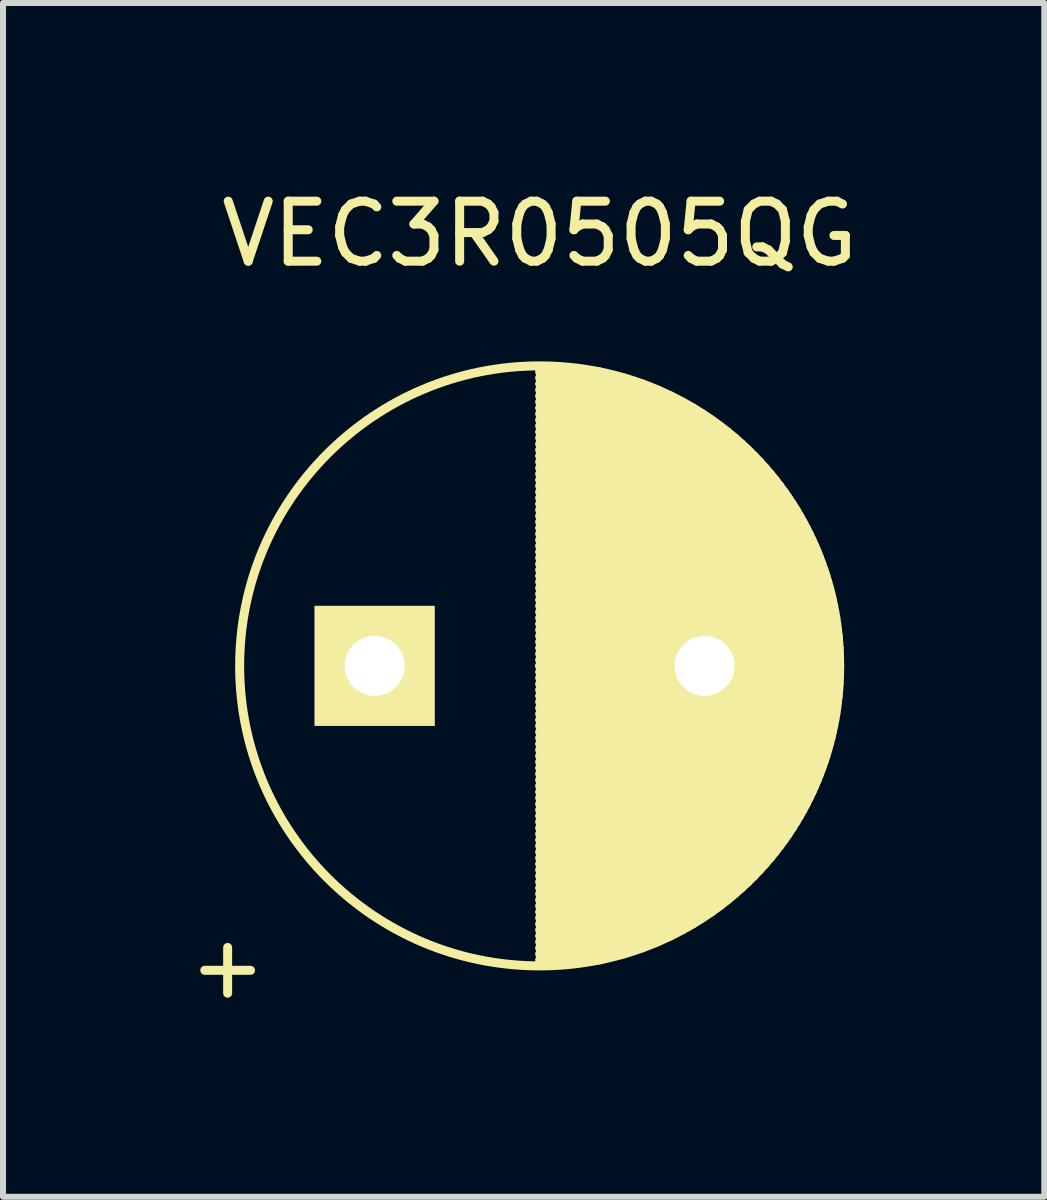
<source format=kicad_pcb>
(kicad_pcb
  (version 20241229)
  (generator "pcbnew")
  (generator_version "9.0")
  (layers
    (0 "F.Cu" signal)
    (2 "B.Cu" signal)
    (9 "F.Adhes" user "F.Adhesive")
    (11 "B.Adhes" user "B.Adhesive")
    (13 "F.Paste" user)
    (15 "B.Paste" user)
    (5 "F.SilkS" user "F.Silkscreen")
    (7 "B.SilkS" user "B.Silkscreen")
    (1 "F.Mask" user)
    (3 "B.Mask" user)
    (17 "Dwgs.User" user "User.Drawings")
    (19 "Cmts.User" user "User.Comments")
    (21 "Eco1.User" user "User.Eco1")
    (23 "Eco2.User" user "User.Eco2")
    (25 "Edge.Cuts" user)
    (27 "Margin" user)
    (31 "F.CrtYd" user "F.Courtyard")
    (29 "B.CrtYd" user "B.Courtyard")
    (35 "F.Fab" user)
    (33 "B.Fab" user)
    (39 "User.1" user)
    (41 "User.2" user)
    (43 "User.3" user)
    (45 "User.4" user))
  (footprint "VEC3R0505QG"
    (layer "F.Cu")
    (at 3.194 8.048)
    (property "Reference" "VEC3R0505QG" (at 2.75 -7.2 0) (layer "F.SilkS") (effects (font (size 1 1) (thickness 0.15))))
    (attr through_hole)
    (fp_line (start 2.75 -4.9) (end 3.745 -4.9) (stroke (width 0.15) (type solid)) (layer "F.SilkS"))
    (fp_line (start 2.75 -4.8) (end 4.15 -4.8) (stroke (width 0.15) (type solid)) (layer "F.SilkS"))
    (fp_line (start 2.75 -4.7) (end 4.456 -4.7) (stroke (width 0.15) (type solid)) (layer "F.SilkS"))
    (fp_line (start 2.75 -4.6) (end 4.71 -4.6) (stroke (width 0.15) (type solid)) (layer "F.SilkS"))
    (fp_line (start 2.75 -4.5) (end 4.929 -4.5) (stroke (width 0.15) (type solid)) (layer "F.SilkS"))
    (fp_line (start 2.75 -4.4) (end 5.125 -4.4) (stroke (width 0.15) (type solid)) (layer "F.SilkS"))
    (fp_line (start 2.75 -4.3) (end 5.301 -4.3) (stroke (width 0.15) (type solid)) (layer "F.SilkS"))
    (fp_line (start 2.75 -4.2) (end 5.463 -4.2) (stroke (width 0.15) (type solid)) (layer "F.SilkS"))
    (fp_line (start 2.75 -4.1) (end 5.612 -4.1) (stroke (width 0.15) (type solid)) (layer "F.SilkS"))
    (fp_line (start 2.75 -4) (end 5.75 -4) (stroke (width 0.15) (type solid)) (layer "F.SilkS"))
    (fp_line (start 2.75 -3.9) (end 5.879 -3.9) (stroke (width 0.15) (type solid)) (layer "F.SilkS"))
    (fp_line (start 2.75 -3.8) (end 6 -3.8) (stroke (width 0.15) (type solid)) (layer "F.SilkS"))
    (fp_line (start 2.75 -3.7) (end 6.113 -3.7) (stroke (width 0.15) (type solid)) (layer "F.SilkS"))
    (fp_line (start 2.75 -3.6) (end 6.22 -3.6) (stroke (width 0.15) (type solid)) (layer "F.SilkS"))
    (fp_line (start 2.75 -3.5) (end 6.321 -3.5) (stroke (width 0.15) (type solid)) (layer "F.SilkS"))
    (fp_line (start 2.75 -3.4) (end 6.416 -3.4) (stroke (width 0.15) (type solid)) (layer "F.SilkS"))
    (fp_line (start 2.75 -3.3) (end 6.506 -3.3) (stroke (width 0.15) (type solid)) (layer "F.SilkS"))
    (fp_line (start 2.75 -3.2) (end 6.592 -3.2) (stroke (width 0.15) (type solid)) (layer "F.SilkS"))
    (fp_line (start 2.75 -3.1) (end 6.673 -3.1) (stroke (width 0.15) (type solid)) (layer "F.SilkS"))
    (fp_line (start 2.75 -3) (end 6.75 -3) (stroke (width 0.15) (type solid)) (layer "F.SilkS"))
    (fp_line (start 2.75 -2.9) (end 6.823 -2.9) (stroke (width 0.15) (type solid)) (layer "F.SilkS"))
    (fp_line (start 2.75 -2.8) (end 6.892 -2.8) (stroke (width 0.15) (type solid)) (layer "F.SilkS"))
    (fp_line (start 2.75 -2.7) (end 6.958 -2.7) (stroke (width 0.15) (type solid)) (layer "F.SilkS"))
    (fp_line (start 2.75 -2.6) (end 7.021 -2.6) (stroke (width 0.15) (type solid)) (layer "F.SilkS"))
    (fp_line (start 2.75 -2.5) (end 7.08 -2.5) (stroke (width 0.15) (type solid)) (layer "F.SilkS"))
    (fp_line (start 2.75 -2.4) (end 7.136 -2.4) (stroke (width 0.15) (type solid)) (layer "F.SilkS"))
    (fp_line (start 2.75 -2.3) (end 7.19 -2.3) (stroke (width 0.15) (type solid)) (layer "F.SilkS"))
    (fp_line (start 2.75 -2.2) (end 7.24 -2.2) (stroke (width 0.15) (type solid)) (layer "F.SilkS"))
    (fp_line (start 2.75 -2.1) (end 7.288 -2.1) (stroke (width 0.15) (type solid)) (layer "F.SilkS"))
    (fp_line (start 2.75 -2) (end 7.333 -2) (stroke (width 0.15) (type solid)) (layer "F.SilkS"))
    (fp_line (start 2.75 -1.9) (end 7.375 -1.9) (stroke (width 0.15) (type solid)) (layer "F.SilkS"))
    (fp_line (start 2.75 -1.8) (end 7.415 -1.8) (stroke (width 0.15) (type solid)) (layer "F.SilkS"))
    (fp_line (start 2.75 -1.7) (end 7.452 -1.7) (stroke (width 0.15) (type solid)) (layer "F.SilkS"))
    (fp_line (start 2.75 -1.6) (end 7.487 -1.6) (stroke (width 0.15) (type solid)) (layer "F.SilkS"))
    (fp_line (start 2.75 -1.5) (end 7.52 -1.5) (stroke (width 0.15) (type solid)) (layer "F.SilkS"))
    (fp_line (start 2.75 -1.4) (end 7.55 -1.4) (stroke (width 0.15) (type solid)) (layer "F.SilkS"))
    (fp_line (start 2.75 -1.3) (end 7.578 -1.3) (stroke (width 0.15) (type solid)) (layer "F.SilkS"))
    (fp_line (start 2.75 -1.2) (end 7.604 -1.2) (stroke (width 0.15) (type solid)) (layer "F.SilkS"))
    (fp_line (start 2.75 -1.1) (end 7.627 -1.1) (stroke (width 0.15) (type solid)) (layer "F.SilkS"))
    (fp_line (start 2.75 -1) (end 7.649 -1) (stroke (width 0.15) (type solid)) (layer "F.SilkS"))
    (fp_line (start 2.75 -0.9) (end 7.668 -0.9) (stroke (width 0.15) (type solid)) (layer "F.SilkS"))
    (fp_line (start 2.75 -0.8) (end 7.686 -0.8) (stroke (width 0.15) (type solid)) (layer "F.SilkS"))
    (fp_line (start 2.75 -0.7) (end 7.701 -0.7) (stroke (width 0.15) (type solid)) (layer "F.SilkS"))
    (fp_line (start 2.75 -0.6) (end 7.714 -0.6) (stroke (width 0.15) (type solid)) (layer "F.SilkS"))
    (fp_line (start 2.75 -0.5) (end 7.725 -0.5) (stroke (width 0.15) (type solid)) (layer "F.SilkS"))
    (fp_line (start 2.75 -0.4) (end 7.734 -0.4) (stroke (width 0.15) (type solid)) (layer "F.SilkS"))
    (fp_line (start 2.75 -0.3) (end 7.741 -0.3) (stroke (width 0.15) (type solid)) (layer "F.SilkS"))
    (fp_line (start 2.75 -0.2) (end 7.746 -0.2) (stroke (width 0.15) (type solid)) (layer "F.SilkS"))
    (fp_line (start 2.75 -0.1) (end 7.749 -0.1) (stroke (width 0.15) (type solid)) (layer "F.SilkS"))
    (fp_line (start 2.75 0) (end 7.75 0) (stroke (width 0.15) (type solid)) (layer "F.SilkS"))
    (fp_line (start 2.75 0) (end 7.75 0) (stroke (width 0.15) (type solid)) (layer "F.SilkS"))
    (fp_line (start 2.75 0.1) (end 7.749 0.1) (stroke (width 0.15) (type solid)) (layer "F.SilkS"))
    (fp_line (start 2.75 0.2) (end 7.746 0.2) (stroke (width 0.15) (type solid)) (layer "F.SilkS"))
    (fp_line (start 2.75 0.3) (end 7.741 0.3) (stroke (width 0.15) (type solid)) (layer "F.SilkS"))
    (fp_line (start 2.75 0.4) (end 7.734 0.4) (stroke (width 0.15) (type solid)) (layer "F.SilkS"))
    (fp_line (start 2.75 0.5) (end 7.725 0.5) (stroke (width 0.15) (type solid)) (layer "F.SilkS"))
    (fp_line (start 2.75 0.6) (end 7.714 0.6) (stroke (width 0.15) (type solid)) (layer "F.SilkS"))
    (fp_line (start 2.75 0.7) (end 7.701 0.7) (stroke (width 0.15) (type solid)) (layer "F.SilkS"))
    (fp_line (start 2.75 0.8) (end 7.686 0.8) (stroke (width 0.15) (type solid)) (layer "F.SilkS"))
    (fp_line (start 2.75 0.9) (end 7.668 0.9) (stroke (width 0.15) (type solid)) (layer "F.SilkS"))
    (fp_line (start 2.75 1) (end 7.649 1) (stroke (width 0.15) (type solid)) (layer "F.SilkS"))
    (fp_line (start 2.75 1.1) (end 7.627 1.1) (stroke (width 0.15) (type solid)) (layer "F.SilkS"))
    (fp_line (start 2.75 1.2) (end 7.604 1.2) (stroke (width 0.15) (type solid)) (layer "F.SilkS"))
    (fp_line (start 2.75 1.3) (end 7.578 1.3) (stroke (width 0.15) (type solid)) (layer "F.SilkS"))
    (fp_line (start 2.75 1.4) (end 7.55 1.4) (stroke (width 0.15) (type solid)) (layer "F.SilkS"))
    (fp_line (start 2.75 1.5) (end 7.52 1.5) (stroke (width 0.15) (type solid)) (layer "F.SilkS"))
    (fp_line (start 2.75 1.6) (end 7.487 1.6) (stroke (width 0.15) (type solid)) (layer "F.SilkS"))
    (fp_line (start 2.75 1.7) (end 7.452 1.7) (stroke (width 0.15) (type solid)) (layer "F.SilkS"))
    (fp_line (start 2.75 1.8) (end 7.415 1.8) (stroke (width 0.15) (type solid)) (layer "F.SilkS"))
    (fp_line (start 2.75 1.9) (end 7.375 1.9) (stroke (width 0.15) (type solid)) (layer "F.SilkS"))
    (fp_line (start 2.75 2) (end 7.333 2) (stroke (width 0.15) (type solid)) (layer "F.SilkS"))
    (fp_line (start 2.75 2.1) (end 7.288 2.1) (stroke (width 0.15) (type solid)) (layer "F.SilkS"))
    (fp_line (start 2.75 2.2) (end 7.24 2.2) (stroke (width 0.15) (type solid)) (layer "F.SilkS"))
    (fp_line (start 2.75 2.3) (end 7.19 2.3) (stroke (width 0.15) (type solid)) (layer "F.SilkS"))
    (fp_line (start 2.75 2.4) (end 7.136 2.4) (stroke (width 0.15) (type solid)) (layer "F.SilkS"))
    (fp_line (start 2.75 2.5) (end 7.08 2.5) (stroke (width 0.15) (type solid)) (layer "F.SilkS"))
    (fp_line (start 2.75 2.6) (end 7.021 2.6) (stroke (width 0.15) (type solid)) (layer "F.SilkS"))
    (fp_line (start 2.75 2.7) (end 6.958 2.7) (stroke (width 0.15) (type solid)) (layer "F.SilkS"))
    (fp_line (start 2.75 2.8) (end 6.892 2.8) (stroke (width 0.15) (type solid)) (layer "F.SilkS"))
    (fp_line (start 2.75 2.9) (end 6.823 2.9) (stroke (width 0.15) (type solid)) (layer "F.SilkS"))
    (fp_line (start 2.75 3) (end 6.75 3) (stroke (width 0.15) (type solid)) (layer "F.SilkS"))
    (fp_line (start 2.75 3.1) (end 6.673 3.1) (stroke (width 0.15) (type solid)) (layer "F.SilkS"))
    (fp_line (start 2.75 3.2) (end 6.592 3.2) (stroke (width 0.15) (type solid)) (layer "F.SilkS"))
    (fp_line (start 2.75 3.3) (end 6.506 3.3) (stroke (width 0.15) (type solid)) (layer "F.SilkS"))
    (fp_line (start 2.75 3.4) (end 6.416 3.4) (stroke (width 0.15) (type solid)) (layer "F.SilkS"))
    (fp_line (start 2.75 3.5) (end 6.321 3.5) (stroke (width 0.15) (type solid)) (layer "F.SilkS"))
    (fp_line (start 2.75 3.6) (end 6.22 3.6) (stroke (width 0.15) (type solid)) (layer "F.SilkS"))
    (fp_line (start 2.75 3.7) (end 6.113 3.7) (stroke (width 0.15) (type solid)) (layer "F.SilkS"))
    (fp_line (start 2.75 3.8) (end 6 3.8) (stroke (width 0.15) (type solid)) (layer "F.SilkS"))
    (fp_line (start 2.75 3.9) (end 5.879 3.9) (stroke (width 0.15) (type solid)) (layer "F.SilkS"))
    (fp_line (start 2.75 4) (end 5.75 4) (stroke (width 0.15) (type solid)) (layer "F.SilkS"))
    (fp_line (start 2.75 4.1) (end 5.612 4.1) (stroke (width 0.15) (type solid)) (layer "F.SilkS"))
    (fp_line (start 2.75 4.2) (end 5.463 4.2) (stroke (width 0.15) (type solid)) (layer "F.SilkS"))
    (fp_line (start 2.75 4.3) (end 5.301 4.3) (stroke (width 0.15) (type solid)) (layer "F.SilkS"))
    (fp_line (start 2.75 4.4) (end 5.125 4.4) (stroke (width 0.15) (type solid)) (layer "F.SilkS"))
    (fp_line (start 2.75 4.5) (end 4.929 4.5) (stroke (width 0.15) (type solid)) (layer "F.SilkS"))
    (fp_line (start 2.75 4.6) (end 4.71 4.6) (stroke (width 0.15) (type solid)) (layer "F.SilkS"))
    (fp_line (start 2.75 4.7) (end 4.456 4.7) (stroke (width 0.15) (type solid)) (layer "F.SilkS"))
    (fp_line (start 2.75 4.8) (end 4.15 4.8) (stroke (width 0.15) (type solid)) (layer "F.SilkS"))
    (fp_line (start 2.75 4.9) (end 3.745 4.9) (stroke (width 0.15) (type solid)) (layer "F.SilkS"))
    (fp_circle (center 2.75 0) (end 2.75 -5) (stroke (width 0.15) (type solid)) (fill no) (layer "F.SilkS"))
    (fp_text user "+" (at -2.45 5 0) (layer "F.SilkS") (effects (font (size 1 1) (thickness 0.15))))
    (pad "1" thru_hole rect (at 0 0) (size 2 2) (drill 1) (layers "*.Cu" "*.Mask" "F.SilkS"))
    (pad "2" thru_hole circle (at 5.5 0) (size 2 2) (drill 1) (layers "*.Cu" "*.Mask" "F.SilkS")))
  (gr_rect
    (start -3 -3)
    (end 14.355 16.896)
    (stroke (width 0.1) (type default))
    (fill no)
    (layer "Edge.Cuts")))
</source>
